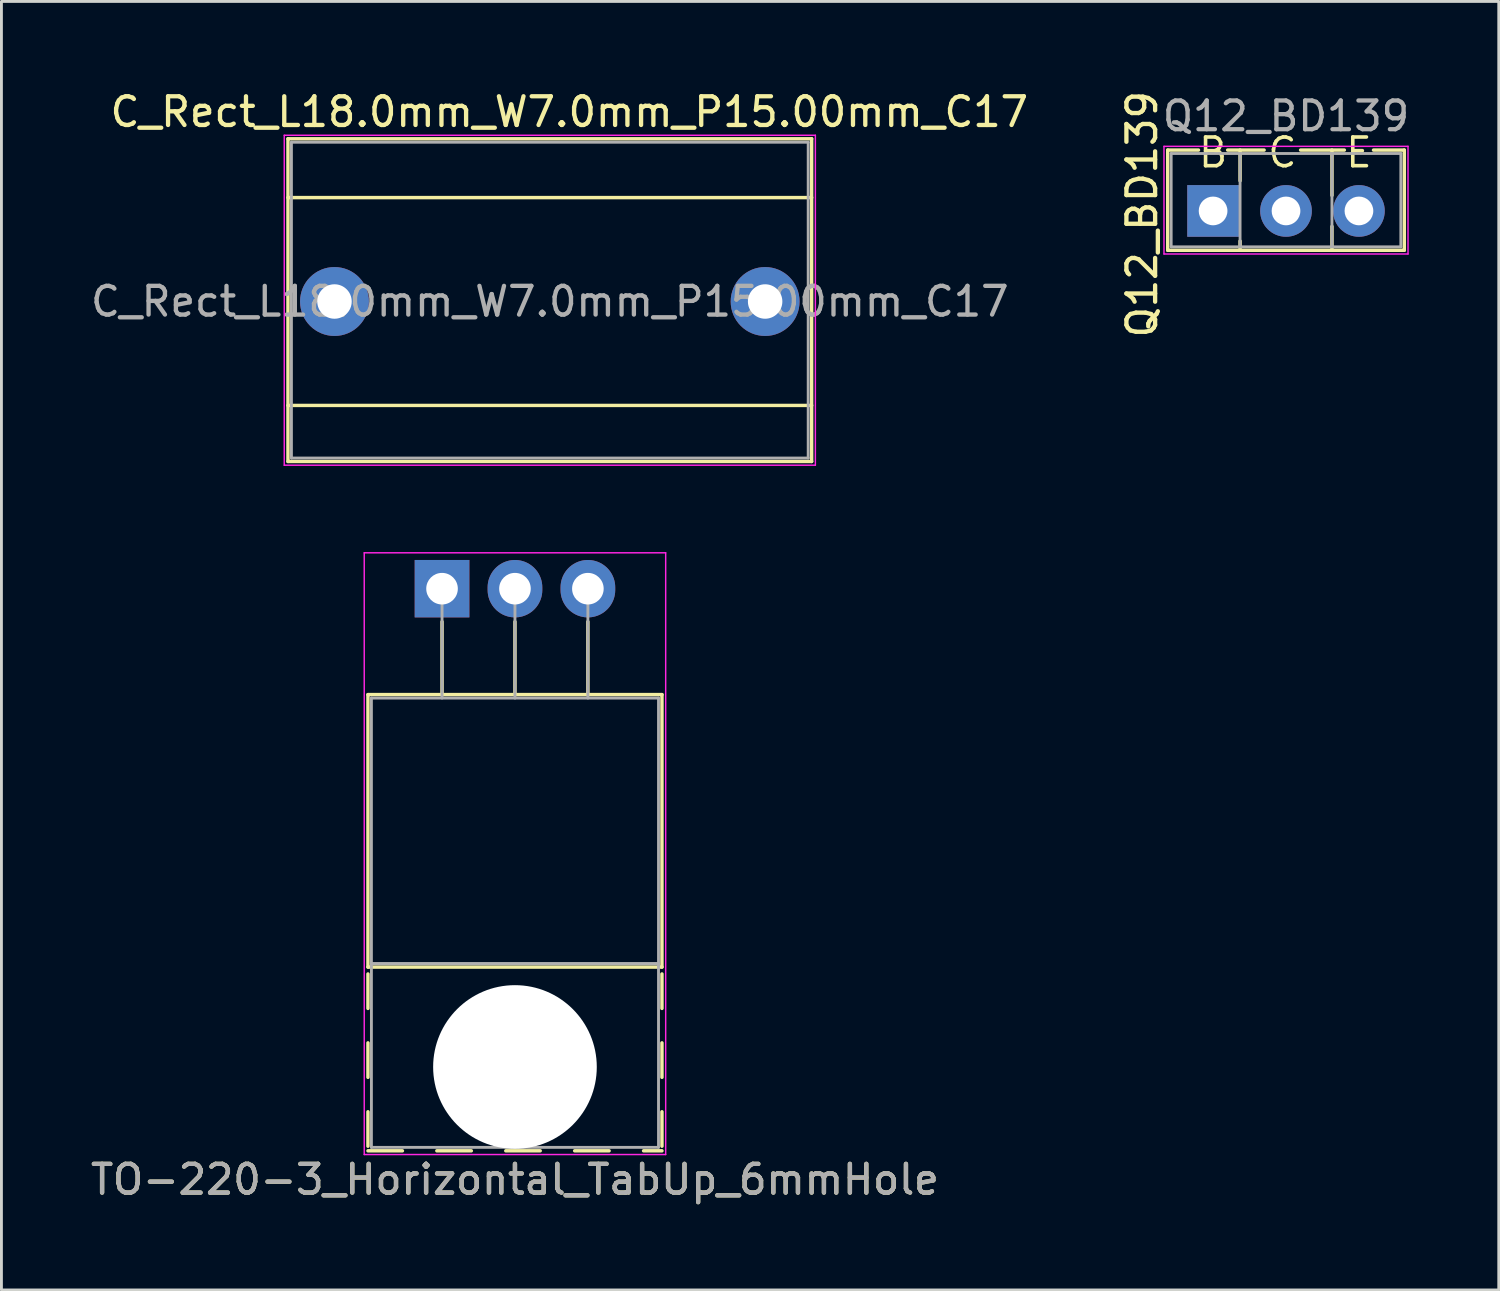
<source format=kicad_pcb>
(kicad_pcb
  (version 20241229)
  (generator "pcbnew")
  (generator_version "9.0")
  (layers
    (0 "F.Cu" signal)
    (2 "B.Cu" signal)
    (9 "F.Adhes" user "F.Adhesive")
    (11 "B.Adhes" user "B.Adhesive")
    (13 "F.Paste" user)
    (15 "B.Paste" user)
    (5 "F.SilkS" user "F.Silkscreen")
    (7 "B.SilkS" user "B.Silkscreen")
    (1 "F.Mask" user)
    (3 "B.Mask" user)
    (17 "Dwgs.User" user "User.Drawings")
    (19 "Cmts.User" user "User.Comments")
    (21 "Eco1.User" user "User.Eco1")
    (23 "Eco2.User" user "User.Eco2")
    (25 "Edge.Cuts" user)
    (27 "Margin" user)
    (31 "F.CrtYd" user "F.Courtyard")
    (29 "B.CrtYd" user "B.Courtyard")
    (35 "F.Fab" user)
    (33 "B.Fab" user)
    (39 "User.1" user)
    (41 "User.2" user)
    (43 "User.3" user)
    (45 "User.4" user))
  (footprint "TO-220-3_Horizontal_TabUp_6mmHole"
    (layer "F.Cu")
    (at 12.347 17.455)
    (property "Reference" "TO-220-3_Horizontal_TabUp_6mmHole" (at 2.54 20.58 0) (layer "F.SilkS") (effects (font (size 1 1) (thickness 0.15))))
    (attr through_hole)
    (fp_line (start -2.58 3.69) (end -2.58 13.18) (stroke (width 0.12) (type solid)) (layer "F.SilkS"))
    (fp_line (start -2.58 3.69) (end 7.66 3.69) (stroke (width 0.12) (type solid)) (layer "F.SilkS"))
    (fp_line (start -2.58 13.18) (end 7.66 13.18) (stroke (width 0.12) (type solid)) (layer "F.SilkS"))
    (fp_line (start -2.58 13.42) (end -2.58 14.62) (stroke (width 0.12) (type solid)) (layer "F.SilkS"))
    (fp_line (start -2.58 15.82) (end -2.58 17.02) (stroke (width 0.12) (type solid)) (layer "F.SilkS"))
    (fp_line (start -2.58 18.22) (end -2.58 19.42) (stroke (width 0.12) (type solid)) (layer "F.SilkS"))
    (fp_line (start -2.58 19.58) (end -1.38 19.58) (stroke (width 0.12) (type solid)) (layer "F.SilkS"))
    (fp_line (start -0.181 19.58) (end 1.02 19.58) (stroke (width 0.12) (type solid)) (layer "F.SilkS"))
    (fp_line (start 0 1.15) (end 0 3.69) (stroke (width 0.12) (type solid)) (layer "F.SilkS"))
    (fp_line (start 2.22 19.58) (end 3.42 19.58) (stroke (width 0.12) (type solid)) (layer "F.SilkS"))
    (fp_line (start 2.54 1.15) (end 2.54 3.69) (stroke (width 0.12) (type solid)) (layer "F.SilkS"))
    (fp_line (start 4.62 19.58) (end 5.82 19.58) (stroke (width 0.12) (type solid)) (layer "F.SilkS"))
    (fp_line (start 5.08 1.15) (end 5.08 3.69) (stroke (width 0.12) (type solid)) (layer "F.SilkS"))
    (fp_line (start 7.02 19.58) (end 7.66 19.58) (stroke (width 0.12) (type solid)) (layer "F.SilkS"))
    (fp_line (start 7.66 3.69) (end 7.66 13.18) (stroke (width 0.12) (type solid)) (layer "F.SilkS"))
    (fp_line (start 7.66 13.42) (end 7.66 14.62) (stroke (width 0.12) (type solid)) (layer "F.SilkS"))
    (fp_line (start 7.66 15.82) (end 7.66 17.02) (stroke (width 0.12) (type solid)) (layer "F.SilkS"))
    (fp_line (start 7.66 18.22) (end 7.66 19.42) (stroke (width 0.12) (type solid)) (layer "F.SilkS"))
    (fp_line (start -2.71 -1.25) (end -2.71 19.71) (stroke (width 0.05) (type solid)) (layer "F.CrtYd"))
    (fp_line (start -2.71 19.71) (end 7.79 19.71) (stroke (width 0.05) (type solid)) (layer "F.CrtYd"))
    (fp_line (start 7.79 -1.25) (end -2.71 -1.25) (stroke (width 0.05) (type solid)) (layer "F.CrtYd"))
    (fp_line (start 7.79 19.71) (end 7.79 -1.25) (stroke (width 0.05) (type solid)) (layer "F.CrtYd"))
    (fp_line (start -2.46 3.81) (end -2.46 13.06) (stroke (width 0.1) (type solid)) (layer "F.Fab"))
    (fp_line (start -2.46 13.06) (end -2.46 19.46) (stroke (width 0.1) (type solid)) (layer "F.Fab"))
    (fp_line (start -2.46 13.06) (end 7.54 13.06) (stroke (width 0.1) (type solid)) (layer "F.Fab"))
    (fp_line (start -2.46 19.46) (end 7.54 19.46) (stroke (width 0.1) (type solid)) (layer "F.Fab"))
    (fp_line (start 0 3.81) (end 0 0) (stroke (width 0.1) (type solid)) (layer "F.Fab"))
    (fp_line (start 2.54 3.81) (end 2.54 0) (stroke (width 0.1) (type solid)) (layer "F.Fab"))
    (fp_line (start 5.08 3.81) (end 5.08 0) (stroke (width 0.1) (type solid)) (layer "F.Fab"))
    (fp_line (start 7.54 3.81) (end -2.46 3.81) (stroke (width 0.1) (type solid)) (layer "F.Fab"))
    (fp_line (start 7.54 13.06) (end -2.46 13.06) (stroke (width 0.1) (type solid)) (layer "F.Fab"))
    (fp_line (start 7.54 13.06) (end 7.54 3.81) (stroke (width 0.1) (type solid)) (layer "F.Fab"))
    (fp_line (start 7.54 19.46) (end 7.54 13.06) (stroke (width 0.1) (type solid)) (layer "F.Fab"))
    (fp_circle (center 2.54 16.66) (end 4.39 16.66) (stroke (width 0.1) (type solid)) (fill no) (layer "F.Fab"))
    (fp_text user "${REFERENCE}" (at 2.54 20.58 0) (layer "F.Fab") (effects (font (size 1 1) (thickness 0.15))))
    (pad "" np_thru_hole circle (at 2.54 16.66) (size 5.7 5.7) (drill 5.7) (layers "*.Cu" "*.Mask"))
    (pad "1" thru_hole rect (at 0 0) (size 1.905 2) (drill 1.1) (layers "*.Cu" "*.Mask"))
    (pad "2" thru_hole oval (at 2.54 0) (size 1.905 2) (drill 1.1) (layers "*.Cu" "*.Mask"))
    (pad "3" thru_hole oval (at 5.08 0) (size 1.905 2) (drill 1.1) (layers "*.Cu" "*.Mask")))
  (footprint "Q12_BD139"
    (layer "F.Cu")
    (at 39.204 4.297)
    (property "Reference" "Q12_BD139" (at -2.474 0.114 90) (layer "F.SilkS") (effects (font (size 1 1) (thickness 0.15))))
    (attr through_hole)
    (fp_line (start -1.58 -2.12) (end -1.58 1.37) (stroke (width 0.12) (type solid)) (layer "F.SilkS"))
    (fp_line (start -1.58 -2.12) (end -0.508 -2.12) (stroke (width 0.12) (type solid)) (layer "F.SilkS"))
    (fp_line (start -1.58 1.37) (end 6.66 1.37) (stroke (width 0.12) (type solid)) (layer "F.SilkS"))
    (fp_line (start 0.508 -2.12) (end 1.778 -2.12) (stroke (width 0.12) (type solid)) (layer "F.SilkS"))
    (fp_line (start 0.94 -2.12) (end 0.94 -1.05) (stroke (width 0.12) (type solid)) (layer "F.SilkS"))
    (fp_line (start 0.94 1.05) (end 0.94 1.37) (stroke (width 0.12) (type solid)) (layer "F.SilkS"))
    (fp_line (start 3.048 -2.12) (end 4.572 -2.12) (stroke (width 0.12) (type solid)) (layer "F.SilkS"))
    (fp_line (start 4.141 -2.12) (end 4.141 -0.54) (stroke (width 0.12) (type solid)) (layer "F.SilkS"))
    (fp_line (start 4.141 0.54) (end 4.141 1.37) (stroke (width 0.12) (type solid)) (layer "F.SilkS"))
    (fp_line (start 5.588 -2.12) (end 6.66 -2.12) (stroke (width 0.12) (type solid)) (layer "F.SilkS"))
    (fp_line (start 6.66 -2.12) (end 6.66 1.37) (stroke (width 0.12) (type solid)) (layer "F.SilkS"))
    (fp_line (start -1.71 -2.25) (end -1.71 1.5) (stroke (width 0.05) (type solid)) (layer "F.CrtYd"))
    (fp_line (start -1.71 1.5) (end 6.79 1.5) (stroke (width 0.05) (type solid)) (layer "F.CrtYd"))
    (fp_line (start 6.79 -2.25) (end -1.71 -2.25) (stroke (width 0.05) (type solid)) (layer "F.CrtYd"))
    (fp_line (start 6.79 1.5) (end 6.79 -2.25) (stroke (width 0.05) (type solid)) (layer "F.CrtYd"))
    (fp_line (start -1.46 -2) (end -1.46 1.25) (stroke (width 0.1) (type solid)) (layer "F.Fab"))
    (fp_line (start -1.46 1.25) (end 6.54 1.25) (stroke (width 0.1) (type solid)) (layer "F.Fab"))
    (fp_line (start 0.94 -2) (end 0.94 1.25) (stroke (width 0.1) (type solid)) (layer "F.Fab"))
    (fp_line (start 4.14 -2) (end 4.14 1.25) (stroke (width 0.1) (type solid)) (layer "F.Fab"))
    (fp_line (start 6.54 -2) (end -1.46 -2) (stroke (width 0.1) (type solid)) (layer "F.Fab"))
    (fp_line (start 6.54 1.25) (end 6.54 -2) (stroke (width 0.1) (type solid)) (layer "F.Fab"))
    (fp_text user "C" (at 2.413 -2.032 0) (layer "F.SilkS") (effects (font (size 1 1) (thickness 0.125))))
    (fp_text user "B" (at 0 -2.032 0) (layer "F.SilkS") (effects (font (size 1 1) (thickness 0.125))))
    (fp_text user "E" (at 5.08 -2.032 0) (layer "F.SilkS") (effects (font (size 1 1) (thickness 0.125))))
    (fp_text user "${REFERENCE}" (at 2.54 -3.302 0) (layer "F.Fab") (effects (font (size 1 1) (thickness 0.15))))
    (pad "1" thru_hole rect (at 0 0) (size 1.8 1.8) (drill 1) (layers "*.Cu" "*.Mask"))
    (pad "2" thru_hole oval (at 2.54 0) (size 1.8 1.8) (drill 1) (layers "*.Cu" "*.Mask"))
    (pad "3" thru_hole oval (at 5.08 0) (size 1.8 1.8) (drill 1) (layers "*.Cu" "*.Mask")))
  (footprint "C_Rect_L18.0mm_W7.0mm_P15.00mm_C17"
    (layer "F.Cu")
    (at 8.601 7.452)
    (property "Reference" "C_Rect_L18.0mm_W7.0mm_P15.00mm_C17" (at 8.179 -6.604 0) (layer "F.SilkS") (effects (font (size 1 1) (thickness 0.15))))
    (attr through_hole)
    (fp_line (start -1.62 -5.668) (end -1.62 5.572) (stroke (width 0.12) (type solid)) (layer "F.SilkS"))
    (fp_line (start -1.62 -5.668) (end 16.62 -5.668) (stroke (width 0.12) (type solid)) (layer "F.SilkS"))
    (fp_line (start -1.62 -3.62) (end 16.62 -3.62) (stroke (width 0.12) (type solid)) (layer "F.SilkS"))
    (fp_line (start -1.62 3.62) (end 16.62 3.62) (stroke (width 0.12) (type solid)) (layer "F.SilkS"))
    (fp_line (start -1.62 5.572) (end 16.62 5.572) (stroke (width 0.12) (type solid)) (layer "F.SilkS"))
    (fp_line (start 16.62 -5.668) (end 16.62 5.572) (stroke (width 0.12) (type solid)) (layer "F.SilkS"))
    (fp_line (start -1.75 -5.791) (end -1.75 5.702) (stroke (width 0.05) (type solid)) (layer "F.CrtYd"))
    (fp_line (start -1.75 5.702) (end 16.75 5.702) (stroke (width 0.05) (type solid)) (layer "F.CrtYd"))
    (fp_line (start 16.75 -5.791) (end -1.75 -5.791) (stroke (width 0.05) (type solid)) (layer "F.CrtYd"))
    (fp_line (start 16.75 5.702) (end 16.75 -5.791) (stroke (width 0.05) (type solid)) (layer "F.CrtYd"))
    (fp_line (start -1.5 -5.548) (end -1.5 5.452) (stroke (width 0.1) (type solid)) (layer "F.Fab"))
    (fp_line (start -1.5 5.452) (end 16.5 5.452) (stroke (width 0.1) (type solid)) (layer "F.Fab"))
    (fp_line (start 16.5 -5.548) (end -1.5 -5.548) (stroke (width 0.1) (type solid)) (layer "F.Fab"))
    (fp_line (start 16.5 5.452) (end 16.5 -5.548) (stroke (width 0.1) (type solid)) (layer "F.Fab"))
    (fp_text user "${REFERENCE}" (at 7.5 0 0) (layer "F.Fab") (effects (font (size 1 1) (thickness 0.15))))
    (pad "1" thru_hole circle (at 0 0) (size 2.4 2.4) (drill 1.2) (layers "*.Cu" "*.Mask"))
    (pad "2" thru_hole circle (at 15 0) (size 2.4 2.4) (drill 1.2) (layers "*.Cu" "*.Mask")))
  (gr_rect
    (start -3 -3)
    (end 49.155 41.883)
    (stroke (width 0.1) (type default))
    (fill no)
    (layer "Edge.Cuts")))
</source>
